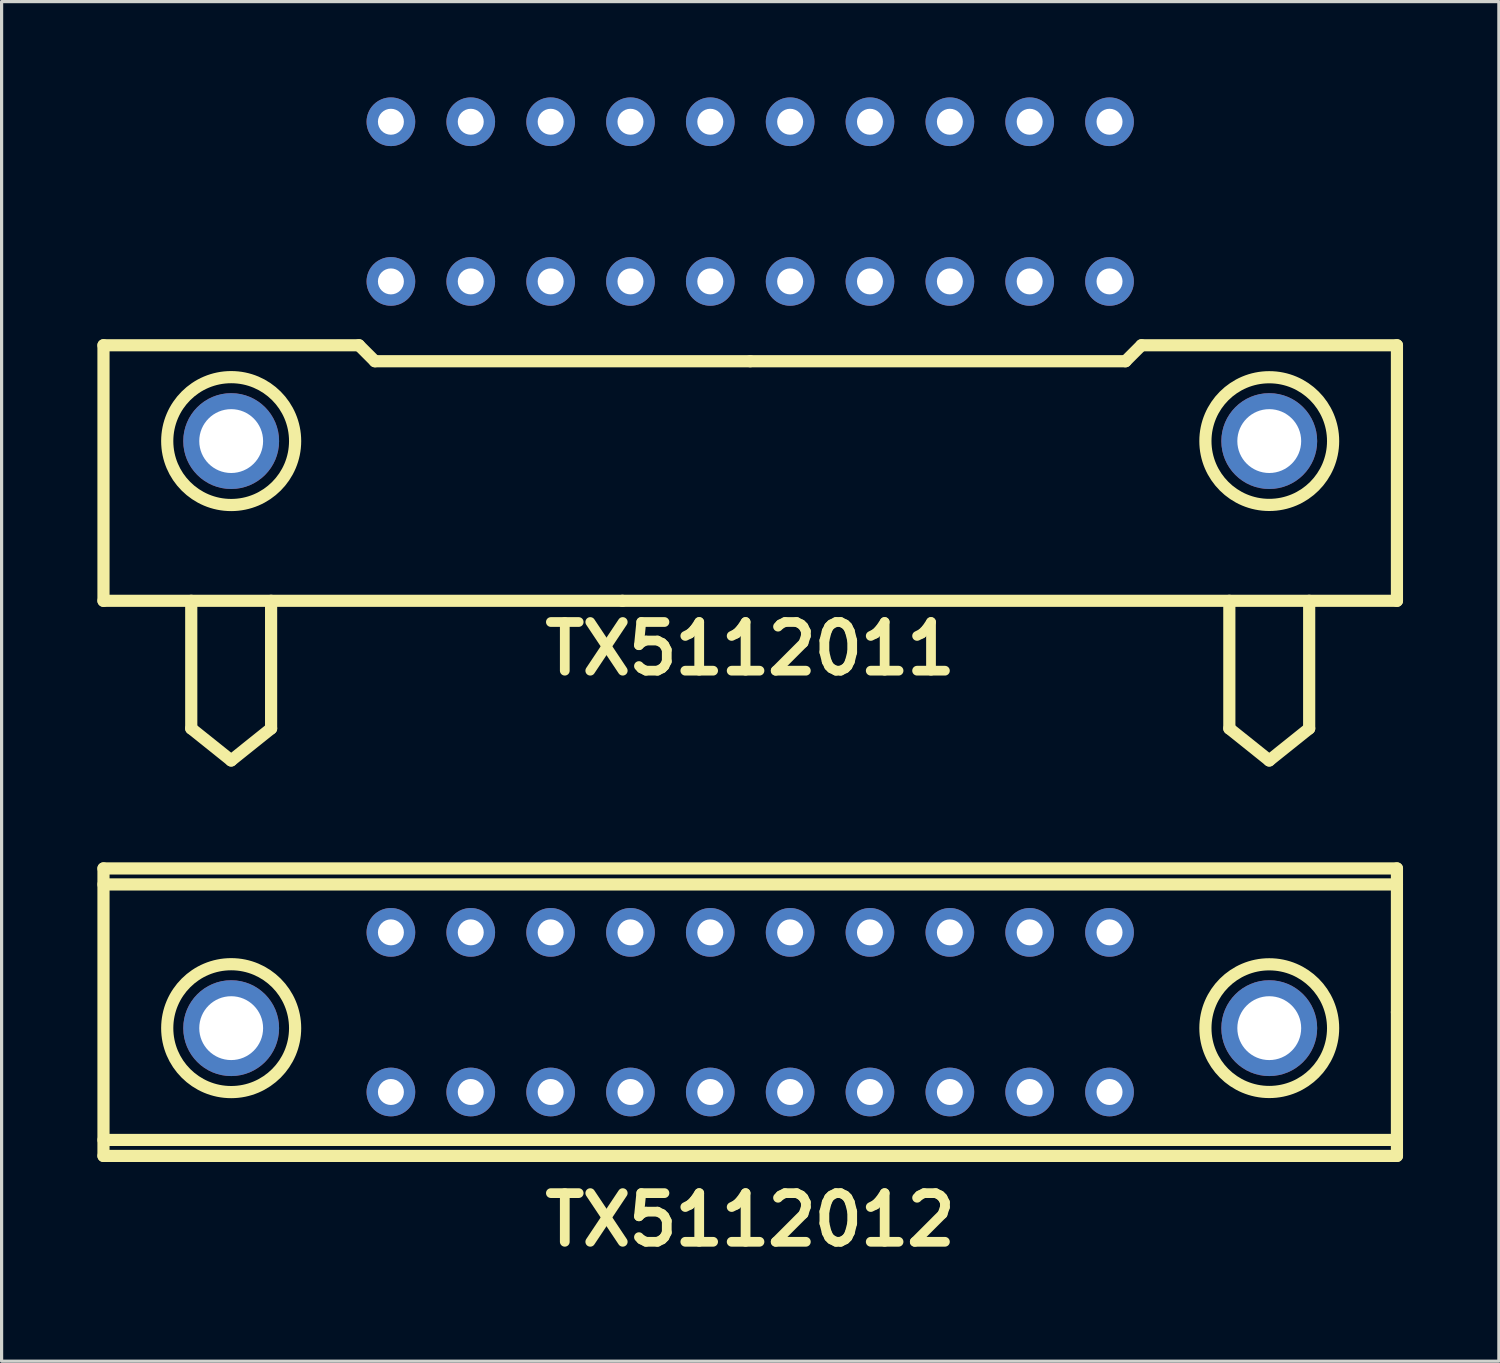
<source format=kicad_pcb>
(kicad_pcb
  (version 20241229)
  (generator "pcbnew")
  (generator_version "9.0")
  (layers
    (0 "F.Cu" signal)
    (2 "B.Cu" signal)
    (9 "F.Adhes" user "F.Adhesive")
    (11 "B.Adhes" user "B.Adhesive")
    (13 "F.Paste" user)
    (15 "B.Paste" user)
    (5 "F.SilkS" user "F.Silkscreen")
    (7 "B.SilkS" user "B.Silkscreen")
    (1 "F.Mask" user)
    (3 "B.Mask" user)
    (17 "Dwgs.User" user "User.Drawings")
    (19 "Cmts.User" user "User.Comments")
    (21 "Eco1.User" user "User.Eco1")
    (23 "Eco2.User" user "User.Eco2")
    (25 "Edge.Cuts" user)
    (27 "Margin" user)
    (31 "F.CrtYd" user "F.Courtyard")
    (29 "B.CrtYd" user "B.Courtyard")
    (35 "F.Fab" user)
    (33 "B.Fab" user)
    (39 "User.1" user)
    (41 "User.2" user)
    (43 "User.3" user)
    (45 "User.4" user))
  (footprint "TX5112011"
    (layer "F.Cu")
    (at 20.439 7.76)
    (property "Reference" "TX5112011" (at 0 9.5 0) (layer "F.SilkS") (effects (font (size 1.524 1.524) (thickness 0.305))))
    (attr through_hole)
    (fp_line (start -20.249 0) (end -12.25 0) (stroke (width 0.381) (type solid)) (layer "F.SilkS"))
    (fp_line (start -20.249 8.001) (end -20.249 0) (stroke (width 0.381) (type solid)) (layer "F.SilkS"))
    (fp_line (start -17.501 11.999) (end -17.501 8.001) (stroke (width 0.381) (type solid)) (layer "F.SilkS"))
    (fp_line (start -16.251 13) (end -17.501 11.999) (stroke (width 0.381) (type solid)) (layer "F.SilkS"))
    (fp_line (start -15.001 8.001) (end -15.001 11.999) (stroke (width 0.381) (type solid)) (layer "F.SilkS"))
    (fp_line (start -15.001 11.999) (end -16.251 13) (stroke (width 0.381) (type solid)) (layer "F.SilkS"))
    (fp_line (start -12.25 0) (end -11.75 0.5) (stroke (width 0.381) (type solid)) (layer "F.SilkS"))
    (fp_line (start -11.75 0.5) (end 0 0.5) (stroke (width 0.381) (type solid)) (layer "F.SilkS"))
    (fp_line (start -4 8.001) (end -20.249 8.001) (stroke (width 0.381) (type solid)) (layer "F.SilkS"))
    (fp_line (start 11.75 0.5) (end 0 0.5) (stroke (width 0.381) (type solid)) (layer "F.SilkS"))
    (fp_line (start 12.25 0) (end 11.75 0.5) (stroke (width 0.381) (type solid)) (layer "F.SilkS"))
    (fp_line (start 15.001 11.999) (end 15.001 8.001) (stroke (width 0.381) (type solid)) (layer "F.SilkS"))
    (fp_line (start 16.251 13) (end 15.001 11.999) (stroke (width 0.381) (type solid)) (layer "F.SilkS"))
    (fp_line (start 17.501 8.001) (end 17.501 11.999) (stroke (width 0.381) (type solid)) (layer "F.SilkS"))
    (fp_line (start 17.501 11.999) (end 16.251 13) (stroke (width 0.381) (type solid)) (layer "F.SilkS"))
    (fp_line (start 20.249 0) (end 12.25 0) (stroke (width 0.381) (type solid)) (layer "F.SilkS"))
    (fp_line (start 20.249 0) (end 20.249 8.001) (stroke (width 0.381) (type solid)) (layer "F.SilkS"))
    (fp_line (start 20.249 8.001) (end -4 8.001) (stroke (width 0.381) (type solid)) (layer "F.SilkS"))
    (fp_circle (center -16.251 3) (end -14.249 3) (stroke (width 0.381) (type solid)) (fill no) (layer "F.SilkS"))
    (fp_circle (center 16.251 3) (end 18.25 3) (stroke (width 0.381) (type solid)) (fill no) (layer "F.SilkS"))
    (pad "" thru_hole circle (at -16.251 3) (size 3 3) (drill 1.999) (layers "*.Cu" "*.Mask"))
    (pad "" thru_hole circle (at 16.251 3) (size 3 3) (drill 1.999) (layers "*.Cu" "*.Mask"))
    (pad "1" thru_hole circle (at -11.25 -1.999) (size 1.524 1.524) (drill 0.813) (layers "*.Cu" "*.Mask"))
    (pad "2" thru_hole circle (at -11.25 -6.998) (size 1.524 1.524) (drill 0.813) (layers "*.Cu" "*.Mask"))
    (pad "3" thru_hole circle (at -8.75 -1.999) (size 1.524 1.524) (drill 0.813) (layers "*.Cu" "*.Mask"))
    (pad "4" thru_hole circle (at -8.75 -6.998) (size 1.524 1.524) (drill 0.813) (layers "*.Cu" "*.Mask"))
    (pad "5" thru_hole circle (at -6.248 -1.999) (size 1.524 1.524) (drill 0.813) (layers "*.Cu" "*.Mask"))
    (pad "6" thru_hole circle (at -6.248 -6.998) (size 1.524 1.524) (drill 0.813) (layers "*.Cu" "*.Mask"))
    (pad "7" thru_hole circle (at -3.749 -1.999) (size 1.524 1.524) (drill 0.813) (layers "*.Cu" "*.Mask"))
    (pad "8" thru_hole circle (at -3.749 -6.998) (size 1.524 1.524) (drill 0.813) (layers "*.Cu" "*.Mask"))
    (pad "9" thru_hole circle (at -1.25 -1.999) (size 1.524 1.524) (drill 0.813) (layers "*.Cu" "*.Mask"))
    (pad "10" thru_hole circle (at -1.25 -6.998) (size 1.524 1.524) (drill 0.813) (layers "*.Cu" "*.Mask"))
    (pad "11" thru_hole circle (at 1.25 -1.999) (size 1.524 1.524) (drill 0.813) (layers "*.Cu" "*.Mask"))
    (pad "12" thru_hole circle (at 1.25 -6.998) (size 1.524 1.524) (drill 0.813) (layers "*.Cu" "*.Mask"))
    (pad "13" thru_hole circle (at 3.749 -1.999) (size 1.524 1.524) (drill 0.813) (layers "*.Cu" "*.Mask"))
    (pad "14" thru_hole circle (at 3.749 -6.998) (size 1.524 1.524) (drill 0.813) (layers "*.Cu" "*.Mask"))
    (pad "15" thru_hole circle (at 6.251 -1.999) (size 1.524 1.524) (drill 0.813) (layers "*.Cu" "*.Mask"))
    (pad "16" thru_hole circle (at 6.251 -6.998) (size 1.524 1.524) (drill 0.813) (layers "*.Cu" "*.Mask"))
    (pad "17" thru_hole circle (at 8.75 -1.999) (size 1.524 1.524) (drill 0.813) (layers "*.Cu" "*.Mask"))
    (pad "18" thru_hole circle (at 8.75 -6.998) (size 1.524 1.524) (drill 0.813) (layers "*.Cu" "*.Mask"))
    (pad "19" thru_hole circle (at 11.25 -1.999) (size 1.524 1.524) (drill 0.813) (layers "*.Cu" "*.Mask"))
    (pad "20" thru_hole circle (at 11.25 -6.998) (size 1.524 1.524) (drill 0.813) (layers "*.Cu" "*.Mask")))
  (footprint "TX5112012"
    (layer "F.Cu")
    (at 20.439 28.641)
    (property "Reference" "TX5112012" (at 0 6.5 0) (layer "F.SilkS") (effects (font (size 1.524 1.524) (thickness 0.305))))
    (attr through_hole)
    (fp_line (start -20.249 -4.501) (end -20.249 4.501) (stroke (width 0.381) (type solid)) (layer "F.SilkS"))
    (fp_line (start -20.249 -4) (end 20.249 -4) (stroke (width 0.381) (type solid)) (layer "F.SilkS"))
    (fp_line (start -20.249 4) (end 20.249 4) (stroke (width 0.381) (type solid)) (layer "F.SilkS"))
    (fp_line (start -20.249 4.501) (end 20.249 4.501) (stroke (width 0.381) (type solid)) (layer "F.SilkS"))
    (fp_line (start 20.249 -4.501) (end -20.249 -4.501) (stroke (width 0.381) (type solid)) (layer "F.SilkS"))
    (fp_line (start 20.249 0) (end 20.249 -4.501) (stroke (width 0.381) (type solid)) (layer "F.SilkS"))
    (fp_line (start 20.249 4.501) (end 20.249 0) (stroke (width 0.381) (type solid)) (layer "F.SilkS"))
    (fp_circle (center -16.251 0.5) (end -14.249 0.5) (stroke (width 0.381) (type solid)) (fill no) (layer "F.SilkS"))
    (fp_circle (center 16.251 0.5) (end 18.25 0.5) (stroke (width 0.381) (type solid)) (fill no) (layer "F.SilkS"))
    (pad "" thru_hole circle (at -16.251 0.5) (size 3 3) (drill 1.999) (layers "*.Cu" "*.Mask"))
    (pad "" thru_hole circle (at 16.251 0.5) (size 3 3) (drill 1.999) (layers "*.Cu" "*.Mask"))
    (pad "1" thru_hole circle (at -11.25 2.499) (size 1.524 1.524) (drill 0.813) (layers "*.Cu" "*.Mask"))
    (pad "2" thru_hole circle (at -11.25 -2.499) (size 1.524 1.524) (drill 0.813) (layers "*.Cu" "*.Mask"))
    (pad "3" thru_hole circle (at -8.75 2.499) (size 1.524 1.524) (drill 0.813) (layers "*.Cu" "*.Mask"))
    (pad "4" thru_hole circle (at -8.75 -2.499) (size 1.524 1.524) (drill 0.813) (layers "*.Cu" "*.Mask"))
    (pad "5" thru_hole circle (at -6.248 2.499) (size 1.524 1.524) (drill 0.813) (layers "*.Cu" "*.Mask"))
    (pad "6" thru_hole circle (at -6.248 -2.499) (size 1.524 1.524) (drill 0.813) (layers "*.Cu" "*.Mask"))
    (pad "7" thru_hole circle (at -3.749 2.499) (size 1.524 1.524) (drill 0.813) (layers "*.Cu" "*.Mask"))
    (pad "8" thru_hole circle (at -3.749 -2.499) (size 1.524 1.524) (drill 0.813) (layers "*.Cu" "*.Mask"))
    (pad "9" thru_hole circle (at -1.25 2.499) (size 1.524 1.524) (drill 0.813) (layers "*.Cu" "*.Mask"))
    (pad "10" thru_hole circle (at -1.25 -2.499) (size 1.524 1.524) (drill 0.813) (layers "*.Cu" "*.Mask"))
    (pad "11" thru_hole circle (at 1.25 2.499) (size 1.524 1.524) (drill 0.813) (layers "*.Cu" "*.Mask"))
    (pad "12" thru_hole circle (at 1.25 -2.499) (size 1.524 1.524) (drill 0.813) (layers "*.Cu" "*.Mask"))
    (pad "13" thru_hole circle (at 3.749 2.499) (size 1.524 1.524) (drill 0.813) (layers "*.Cu" "*.Mask"))
    (pad "14" thru_hole circle (at 3.749 -2.499) (size 1.524 1.524) (drill 0.813) (layers "*.Cu" "*.Mask"))
    (pad "15" thru_hole circle (at 6.251 2.499) (size 1.524 1.524) (drill 0.813) (layers "*.Cu" "*.Mask"))
    (pad "16" thru_hole circle (at 6.251 -2.499) (size 1.524 1.524) (drill 0.813) (layers "*.Cu" "*.Mask"))
    (pad "17" thru_hole circle (at 8.75 2.499) (size 1.524 1.524) (drill 0.813) (layers "*.Cu" "*.Mask"))
    (pad "18" thru_hole circle (at 8.75 -2.499) (size 1.524 1.524) (drill 0.813) (layers "*.Cu" "*.Mask"))
    (pad "19" thru_hole circle (at 11.25 2.499) (size 1.524 1.524) (drill 0.813) (layers "*.Cu" "*.Mask"))
    (pad "20" thru_hole circle (at 11.25 -2.499) (size 1.524 1.524) (drill 0.813) (layers "*.Cu" "*.Mask")))
  (gr_rect
    (start -3 -3)
    (end 43.879 39.568)
    (stroke (width 0.1) (type default))
    (fill no)
    (layer "Edge.Cuts")))
</source>
